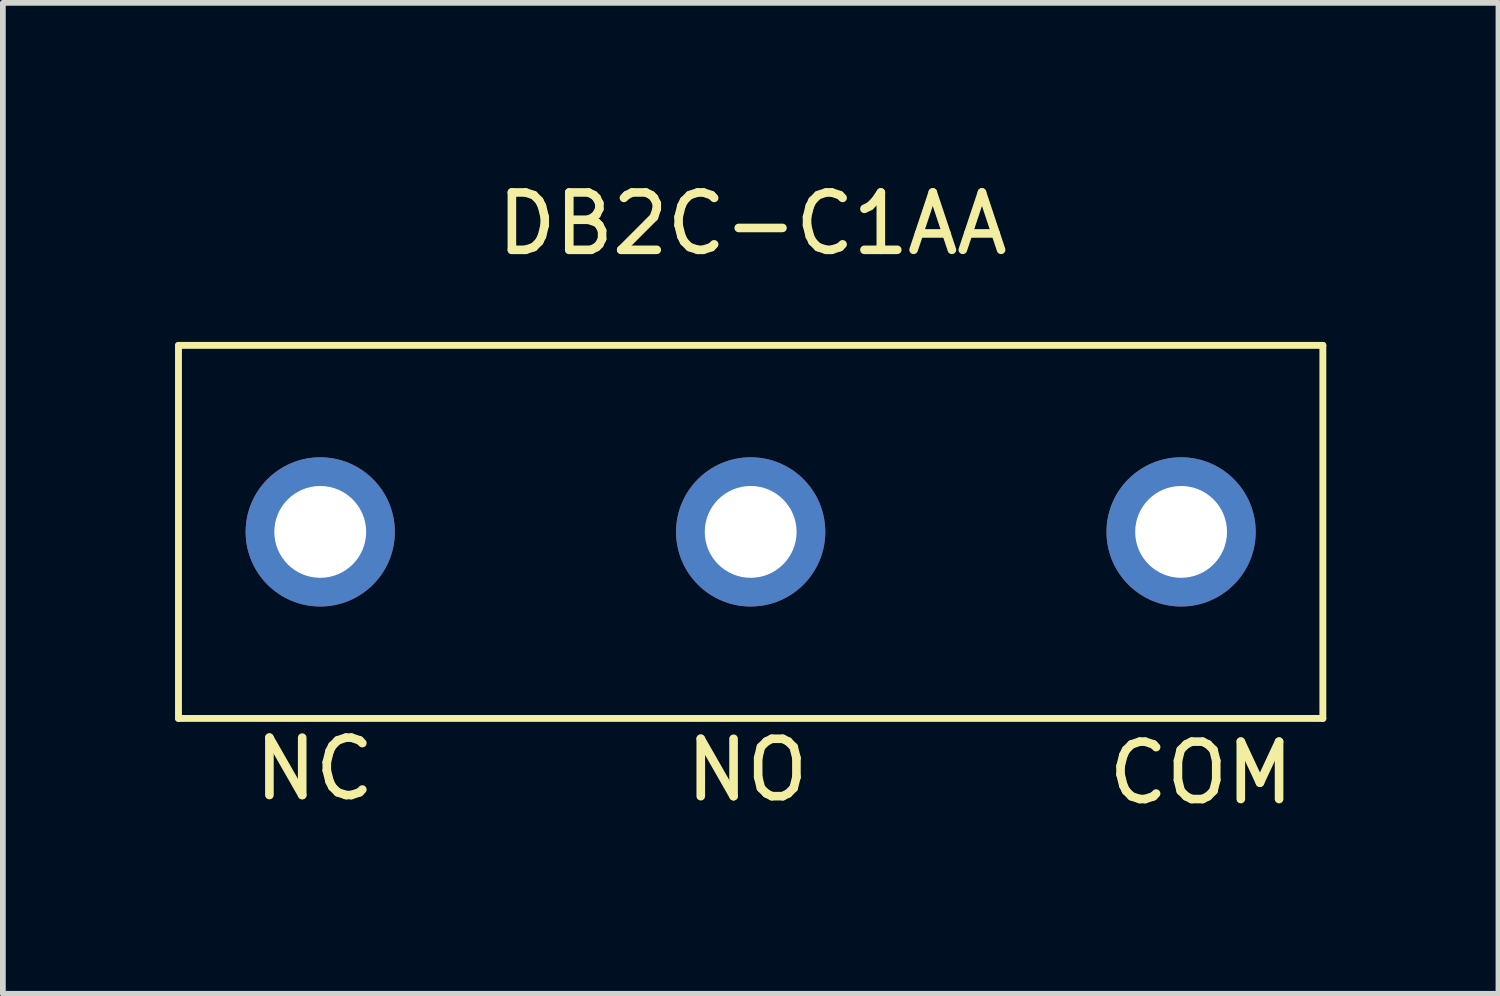
<source format=kicad_pcb>
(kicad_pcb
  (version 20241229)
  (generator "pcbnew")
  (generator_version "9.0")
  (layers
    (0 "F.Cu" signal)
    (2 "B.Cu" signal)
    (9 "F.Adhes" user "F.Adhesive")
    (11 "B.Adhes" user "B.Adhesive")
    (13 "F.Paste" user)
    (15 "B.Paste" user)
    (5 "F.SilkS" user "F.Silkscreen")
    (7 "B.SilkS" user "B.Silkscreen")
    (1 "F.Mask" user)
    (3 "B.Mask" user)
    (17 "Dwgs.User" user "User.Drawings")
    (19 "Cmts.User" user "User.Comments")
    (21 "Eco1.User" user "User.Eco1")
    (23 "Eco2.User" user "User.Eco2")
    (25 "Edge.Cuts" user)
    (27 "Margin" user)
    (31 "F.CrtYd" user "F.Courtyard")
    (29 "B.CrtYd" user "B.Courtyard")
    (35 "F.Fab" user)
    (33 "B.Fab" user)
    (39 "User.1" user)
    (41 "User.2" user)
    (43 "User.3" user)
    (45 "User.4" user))
  (footprint "DB2C-C1AA"
    (layer "F.Cu")
    (at 2.53 6.218)
    (property "Reference" "DB2C-C1AA" (at 7.53 -5.37 0) (layer "F.SilkS") (effects (font (size 1 1) (thickness 0.15))))
    (attr through_hole)
    (fp_line (start -2.47 -3.25) (end -2.47 3.25) (stroke (width 0.12) (type solid)) (layer "F.SilkS"))
    (fp_line (start 17.47 -3.25) (end -2.47 -3.25) (stroke (width 0.12) (type solid)) (layer "F.SilkS"))
    (fp_line (start 17.47 3.25) (end -2.47 3.25) (stroke (width 0.12) (type solid)) (layer "F.SilkS"))
    (fp_line (start 17.47 3.25) (end 17.47 -3.25) (stroke (width 0.12) (type solid)) (layer "F.SilkS"))
    (fp_text user "NC" (at -0.1 4.13 0) (layer "F.SilkS") (effects (font (size 1 1) (thickness 0.15))))
    (fp_text user "NO" (at 7.44 4.15 0) (layer "F.SilkS") (effects (font (size 1 1) (thickness 0.15))))
    (fp_text user "COM" (at 15.35 4.2 0) (layer "F.SilkS") (effects (font (size 1 1) (thickness 0.15))))
    (pad "1" thru_hole circle (at 0 0) (size 2.6 2.6) (drill 1.6) (layers "*.Cu" "*.Mask"))
    (pad "2" thru_hole circle (at 15 0) (size 2.6 2.6) (drill 1.6) (layers "*.Cu" "*.Mask"))
    (pad "3" thru_hole circle (at 7.5 0) (size 2.6 2.6) (drill 1.6) (layers "*.Cu" "*.Mask")))
  (gr_rect
    (start -3 -3)
    (end 23.06 14.267)
    (stroke (width 0.1) (type default))
    (fill no)
    (layer "Edge.Cuts")))
</source>
